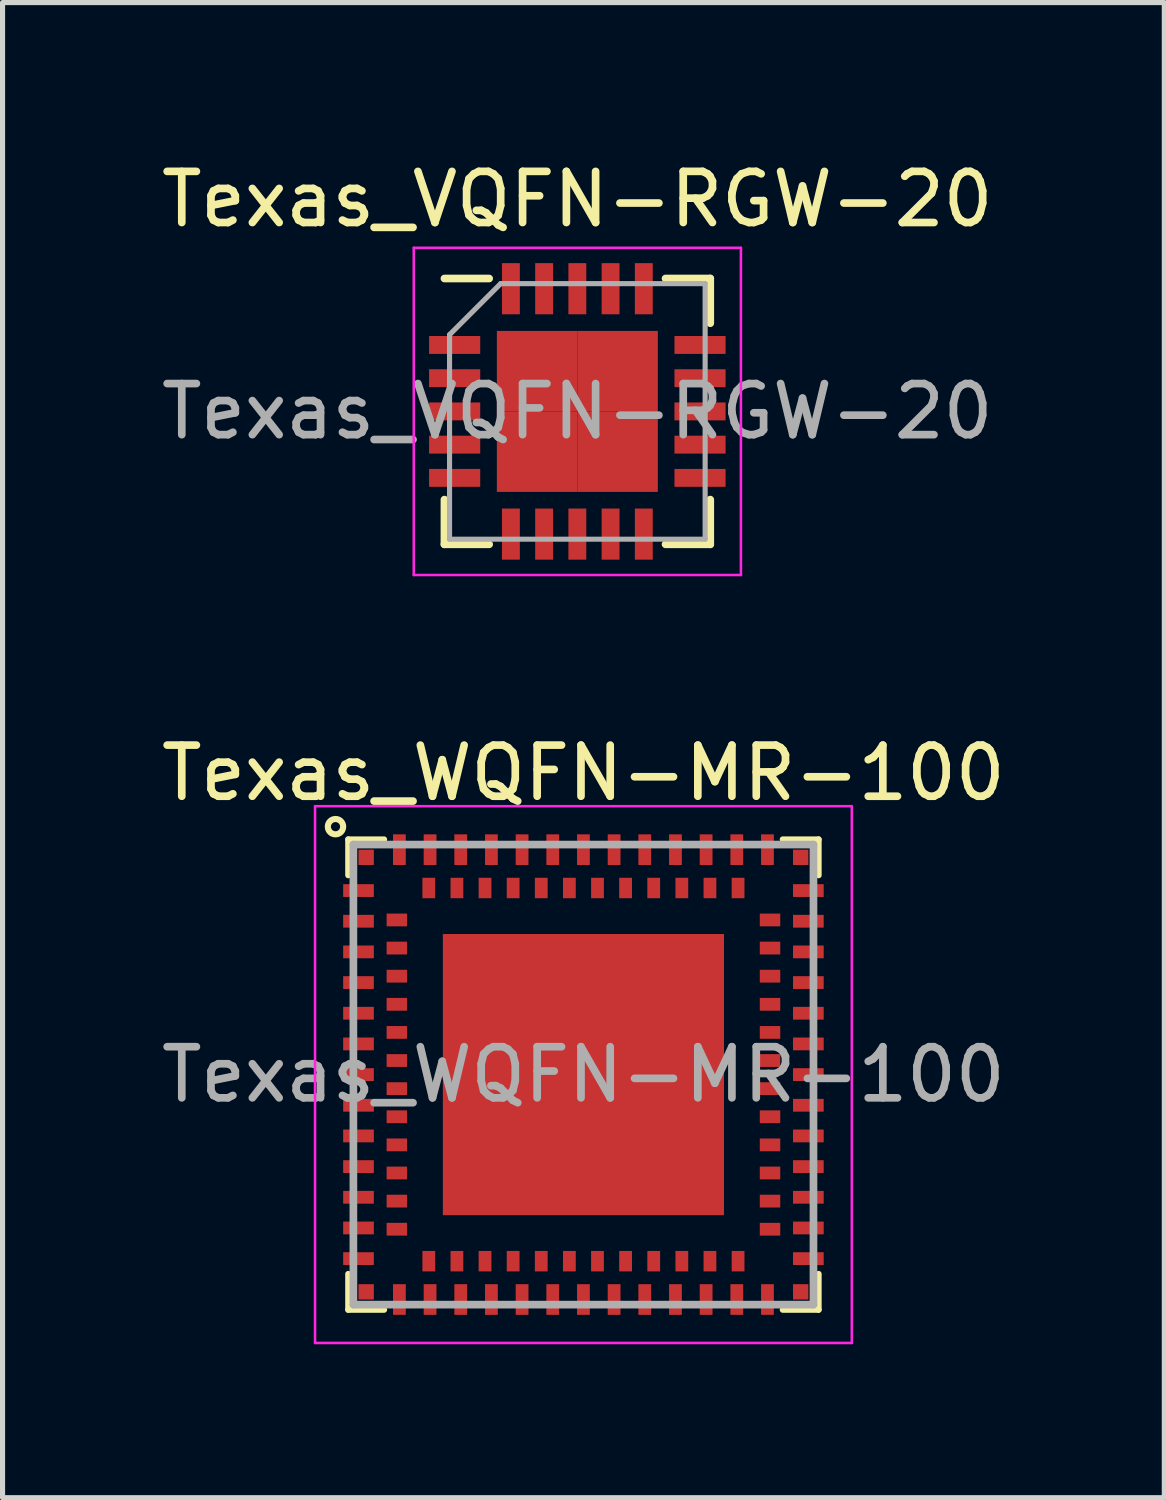
<source format=kicad_pcb>
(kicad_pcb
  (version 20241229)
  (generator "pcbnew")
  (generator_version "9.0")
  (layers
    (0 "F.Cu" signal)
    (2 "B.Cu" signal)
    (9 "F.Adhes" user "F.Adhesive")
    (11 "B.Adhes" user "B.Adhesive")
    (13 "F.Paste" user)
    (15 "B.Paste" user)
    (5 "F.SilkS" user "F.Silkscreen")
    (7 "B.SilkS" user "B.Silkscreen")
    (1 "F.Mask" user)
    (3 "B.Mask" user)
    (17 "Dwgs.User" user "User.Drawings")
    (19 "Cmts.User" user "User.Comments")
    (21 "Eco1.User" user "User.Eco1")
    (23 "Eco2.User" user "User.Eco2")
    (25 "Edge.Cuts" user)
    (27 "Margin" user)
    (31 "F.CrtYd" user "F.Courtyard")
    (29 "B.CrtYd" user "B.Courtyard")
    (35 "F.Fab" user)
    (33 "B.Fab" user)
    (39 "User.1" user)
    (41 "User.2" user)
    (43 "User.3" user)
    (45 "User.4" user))
  (footprint "Texas_VQFN-RGW-20"
    (layer "F.Cu")
    (at 8.244 4.998)
    (property "Reference" "Texas_VQFN-RGW-20" (at 0 -4.15 0) (layer "F.SilkS") (effects (font (size 1 1) (thickness 0.15))))
    (attr smd)
    (fp_line (start -2.6 -2.6) (end -1.725 -2.6) (stroke (width 0.15) (type solid)) (layer "F.SilkS"))
    (fp_line (start -2.6 2.6) (end -2.6 1.725) (stroke (width 0.15) (type solid)) (layer "F.SilkS"))
    (fp_line (start -2.6 2.6) (end -1.725 2.6) (stroke (width 0.15) (type solid)) (layer "F.SilkS"))
    (fp_line (start 2.6 -2.6) (end 1.725 -2.6) (stroke (width 0.15) (type solid)) (layer "F.SilkS"))
    (fp_line (start 2.6 -2.6) (end 2.6 -1.725) (stroke (width 0.15) (type solid)) (layer "F.SilkS"))
    (fp_line (start 2.6 2.6) (end 1.725 2.6) (stroke (width 0.15) (type solid)) (layer "F.SilkS"))
    (fp_line (start 2.6 2.6) (end 2.6 1.725) (stroke (width 0.15) (type solid)) (layer "F.SilkS"))
    (fp_line (start -3.2 -3.2) (end -3.2 3.2) (stroke (width 0.05) (type solid)) (layer "F.CrtYd"))
    (fp_line (start -3.2 -3.2) (end 3.2 -3.2) (stroke (width 0.05) (type solid)) (layer "F.CrtYd"))
    (fp_line (start -3.2 3.2) (end 3.2 3.2) (stroke (width 0.05) (type solid)) (layer "F.CrtYd"))
    (fp_line (start 3.2 -3.2) (end 3.2 3.2) (stroke (width 0.05) (type solid)) (layer "F.CrtYd"))
    (fp_line (start -2.5 -1.5) (end -1.5 -2.5) (stroke (width 0.1) (type solid)) (layer "F.Fab"))
    (fp_line (start -2.5 2.5) (end -2.5 -1.5) (stroke (width 0.1) (type solid)) (layer "F.Fab"))
    (fp_line (start -1.5 -2.5) (end 2.5 -2.5) (stroke (width 0.1) (type solid)) (layer "F.Fab"))
    (fp_line (start 2.5 -2.5) (end 2.5 2.5) (stroke (width 0.1) (type solid)) (layer "F.Fab"))
    (fp_line (start 2.5 2.5) (end -2.5 2.5) (stroke (width 0.1) (type solid)) (layer "F.Fab"))
    (fp_text user "${REFERENCE}" (at 0 0 0) (layer "F.Fab") (effects (font (size 1 1) (thickness 0.15))))
    (pad "1" smd rect (at -2.4 -1.3) (size 1 0.35) (layers "F.Cu" "F.Mask" "F.Paste"))
    (pad "2" smd rect (at -2.4 -0.65) (size 1 0.35) (layers "F.Cu" "F.Mask" "F.Paste"))
    (pad "3" smd rect (at -2.4 0) (size 1 0.35) (layers "F.Cu" "F.Mask" "F.Paste"))
    (pad "4" smd rect (at -2.4 0.65) (size 1 0.35) (layers "F.Cu" "F.Mask" "F.Paste"))
    (pad "5" smd rect (at -2.4 1.3) (size 1 0.35) (layers "F.Cu" "F.Mask" "F.Paste"))
    (pad "6" smd rect (at -1.3 2.4 90) (size 1 0.35) (layers "F.Cu" "F.Mask" "F.Paste"))
    (pad "7" smd rect (at -0.65 2.4 90) (size 1 0.35) (layers "F.Cu" "F.Mask" "F.Paste"))
    (pad "8" smd rect (at 0 2.4 90) (size 1 0.35) (layers "F.Cu" "F.Mask" "F.Paste"))
    (pad "9" smd rect (at 0.65 2.4 90) (size 1 0.35) (layers "F.Cu" "F.Mask" "F.Paste"))
    (pad "10" smd rect (at 1.3 2.4 90) (size 1 0.35) (layers "F.Cu" "F.Mask" "F.Paste"))
    (pad "11" smd rect (at 2.4 1.3) (size 1 0.35) (layers "F.Cu" "F.Mask" "F.Paste"))
    (pad "12" smd rect (at 2.4 0.65) (size 1 0.35) (layers "F.Cu" "F.Mask" "F.Paste"))
    (pad "13" smd rect (at 2.4 0) (size 1 0.35) (layers "F.Cu" "F.Mask" "F.Paste"))
    (pad "14" smd rect (at 2.4 -0.65) (size 1 0.35) (layers "F.Cu" "F.Mask" "F.Paste"))
    (pad "15" smd rect (at 2.4 -1.3) (size 1 0.35) (layers "F.Cu" "F.Mask" "F.Paste"))
    (pad "16" smd rect (at 1.3 -2.4 90) (size 1 0.35) (layers "F.Cu" "F.Mask" "F.Paste"))
    (pad "17" smd rect (at 0.65 -2.4 90) (size 1 0.35) (layers "F.Cu" "F.Mask" "F.Paste"))
    (pad "18" smd rect (at 0 -2.4 90) (size 1 0.35) (layers "F.Cu" "F.Mask" "F.Paste"))
    (pad "19" smd rect (at -0.65 -2.4 90) (size 1 0.35) (layers "F.Cu" "F.Mask" "F.Paste"))
    (pad "20" smd rect (at -1.3 -2.4 90) (size 1 0.35) (layers "F.Cu" "F.Mask" "F.Paste"))
    (pad "21" smd rect (at -0.787 -0.787) (size 1.575 1.575) (layers "F.Cu" "F.Mask" "F.Paste"))
    (pad "21" smd rect (at -0.787 0.787) (size 1.575 1.575) (layers "F.Cu" "F.Mask" "F.Paste"))
    (pad "21" smd rect (at 0.787 -0.787) (size 1.575 1.575) (layers "F.Cu" "F.Mask" "F.Paste"))
    (pad "21" smd rect (at 0.787 0.787) (size 1.575 1.575) (layers "F.Cu" "F.Mask" "F.Paste")))
  (footprint "Texas_WQFN-MR-100"
    (layer "F.Cu")
    (at 8.363 17.971)
    (property "Reference" "Texas_WQFN-MR-100" (at 0 -5.9 0) (layer "F.SilkS") (effects (font (size 1 1) (thickness 0.15))))
    (attr smd)
    (fp_line (start -4.6 -4.6) (end -3.9 -4.6) (stroke (width 0.12) (type solid)) (layer "F.SilkS"))
    (fp_line (start -4.6 -3.9) (end -4.6 -4.6) (stroke (width 0.12) (type solid)) (layer "F.SilkS"))
    (fp_line (start -4.6 3.9) (end -4.6 4.6) (stroke (width 0.12) (type solid)) (layer "F.SilkS"))
    (fp_line (start -4.6 4.6) (end -3.9 4.6) (stroke (width 0.12) (type solid)) (layer "F.SilkS"))
    (fp_line (start 4.6 -4.6) (end 3.9 -4.6) (stroke (width 0.12) (type solid)) (layer "F.SilkS"))
    (fp_line (start 4.6 -3.9) (end 4.6 -4.6) (stroke (width 0.12) (type solid)) (layer "F.SilkS"))
    (fp_line (start 4.6 3.9) (end 4.6 4.6) (stroke (width 0.12) (type solid)) (layer "F.SilkS"))
    (fp_line (start 4.6 4.6) (end 3.9 4.6) (stroke (width 0.12) (type solid)) (layer "F.SilkS"))
    (fp_circle (center -4.85 -4.85) (end -5 -4.85) (stroke (width 0.12) (type solid)) (fill no) (layer "F.SilkS"))
    (fp_line (start -5.25 -5.25) (end 5.25 -5.25) (stroke (width 0.05) (type solid)) (layer "F.CrtYd"))
    (fp_line (start -5.25 5.25) (end -5.25 -5.25) (stroke (width 0.05) (type solid)) (layer "F.CrtYd"))
    (fp_line (start 5.25 -5.25) (end 5.25 5.25) (stroke (width 0.05) (type solid)) (layer "F.CrtYd"))
    (fp_line (start 5.25 5.25) (end -5.25 5.25) (stroke (width 0.05) (type solid)) (layer "F.CrtYd"))
    (fp_line (start -4.5 -4.5) (end -4.5 4.5) (stroke (width 0.15) (type solid)) (layer "F.Fab"))
    (fp_line (start -4.5 -4.5) (end 4.5 -4.5) (stroke (width 0.15) (type solid)) (layer "F.Fab"))
    (fp_line (start -4.5 4.5) (end 4.5 4.5) (stroke (width 0.15) (type solid)) (layer "F.Fab"))
    (fp_line (start 4.5 -4.5) (end 4.5 4.5) (stroke (width 0.15) (type solid)) (layer "F.Fab"))
    (fp_text user "${REFERENCE}" (at 0 0 0) (layer "F.Fab") (effects (font (size 1 1) (thickness 0.15))))
    (pad "A1" smd rect (at -4.4 -3.6 90) (size 0.25 0.6) (layers "F.Cu" "F.Mask" "F.Paste"))
    (pad "A2" smd rect (at -4.4 -3 90) (size 0.25 0.6) (layers "F.Cu" "F.Mask" "F.Paste"))
    (pad "A3" smd rect (at -4.4 -2.4 90) (size 0.25 0.6) (layers "F.Cu" "F.Mask" "F.Paste"))
    (pad "A4" smd rect (at -4.4 -1.8 90) (size 0.25 0.6) (layers "F.Cu" "F.Mask" "F.Paste"))
    (pad "A5" smd rect (at -4.4 -1.2 90) (size 0.25 0.6) (layers "F.Cu" "F.Mask" "F.Paste"))
    (pad "A6" smd rect (at -4.4 -0.6 90) (size 0.25 0.6) (layers "F.Cu" "F.Mask" "F.Paste"))
    (pad "A7" smd rect (at -4.4 0 90) (size 0.25 0.6) (layers "F.Cu" "F.Mask" "F.Paste"))
    (pad "A8" smd rect (at -4.4 0.6 90) (size 0.25 0.6) (layers "F.Cu" "F.Mask" "F.Paste"))
    (pad "A9" smd rect (at -4.4 1.2 90) (size 0.25 0.6) (layers "F.Cu" "F.Mask" "F.Paste"))
    (pad "A10" smd rect (at -4.4 1.8 90) (size 0.25 0.6) (layers "F.Cu" "F.Mask" "F.Paste"))
    (pad "A11" smd rect (at -4.4 2.4 90) (size 0.25 0.6) (layers "F.Cu" "F.Mask" "F.Paste"))
    (pad "A12" smd rect (at -4.4 3 90) (size 0.25 0.6) (layers "F.Cu" "F.Mask" "F.Paste"))
    (pad "A13" smd rect (at -4.4 3.6 90) (size 0.25 0.6) (layers "F.Cu" "F.Mask" "F.Paste"))
    (pad "A14" smd rect (at -3.6 4.4) (size 0.25 0.6) (layers "F.Cu" "F.Mask" "F.Paste"))
    (pad "A15" smd rect (at -3 4.4) (size 0.25 0.6) (layers "F.Cu" "F.Mask" "F.Paste"))
    (pad "A16" smd rect (at -2.4 4.4) (size 0.25 0.6) (layers "F.Cu" "F.Mask" "F.Paste"))
    (pad "A17" smd rect (at -1.8 4.4) (size 0.25 0.6) (layers "F.Cu" "F.Mask" "F.Paste"))
    (pad "A18" smd rect (at -1.2 4.4) (size 0.25 0.6) (layers "F.Cu" "F.Mask" "F.Paste"))
    (pad "A19" smd rect (at -0.6 4.4) (size 0.25 0.6) (layers "F.Cu" "F.Mask" "F.Paste"))
    (pad "A20" smd rect (at 0 4.4) (size 0.25 0.6) (layers "F.Cu" "F.Mask" "F.Paste"))
    (pad "A21" smd rect (at 0.6 4.4) (size 0.25 0.6) (layers "F.Cu" "F.Mask" "F.Paste"))
    (pad "A22" smd rect (at 1.2 4.4) (size 0.25 0.6) (layers "F.Cu" "F.Mask" "F.Paste"))
    (pad "A23" smd rect (at 1.8 4.4) (size 0.25 0.6) (layers "F.Cu" "F.Mask" "F.Paste"))
    (pad "A24" smd rect (at 2.4 4.4) (size 0.25 0.6) (layers "F.Cu" "F.Mask" "F.Paste"))
    (pad "A25" smd rect (at 3 4.4) (size 0.25 0.6) (layers "F.Cu" "F.Mask" "F.Paste"))
    (pad "A26" smd rect (at 3.6 4.4) (size 0.25 0.6) (layers "F.Cu" "F.Mask" "F.Paste"))
    (pad "A27" smd rect (at 4.4 3.6 90) (size 0.25 0.6) (layers "F.Cu" "F.Mask" "F.Paste"))
    (pad "A28" smd rect (at 4.4 3 90) (size 0.25 0.6) (layers "F.Cu" "F.Mask" "F.Paste"))
    (pad "A29" smd rect (at 4.4 2.4 90) (size 0.25 0.6) (layers "F.Cu" "F.Mask" "F.Paste"))
    (pad "A30" smd rect (at 4.4 1.8 90) (size 0.25 0.6) (layers "F.Cu" "F.Mask" "F.Paste"))
    (pad "A31" smd rect (at 4.4 1.2 90) (size 0.25 0.6) (layers "F.Cu" "F.Mask" "F.Paste"))
    (pad "A32" smd rect (at 4.4 0.6 90) (size 0.25 0.6) (layers "F.Cu" "F.Mask" "F.Paste"))
    (pad "A33" smd rect (at 4.4 0 90) (size 0.25 0.6) (layers "F.Cu" "F.Mask" "F.Paste"))
    (pad "A34" smd rect (at 4.4 -0.6 90) (size 0.25 0.6) (layers "F.Cu" "F.Mask" "F.Paste"))
    (pad "A35" smd rect (at 4.4 -1.2 90) (size 0.25 0.6) (layers "F.Cu" "F.Mask" "F.Paste"))
    (pad "A36" smd rect (at 4.4 -1.8 90) (size 0.25 0.6) (layers "F.Cu" "F.Mask" "F.Paste"))
    (pad "A37" smd rect (at 4.4 -2.4 90) (size 0.25 0.6) (layers "F.Cu" "F.Mask" "F.Paste"))
    (pad "A38" smd rect (at 4.4 -3 90) (size 0.25 0.6) (layers "F.Cu" "F.Mask" "F.Paste"))
    (pad "A39" smd rect (at 4.4 -3.6 90) (size 0.25 0.6) (layers "F.Cu" "F.Mask" "F.Paste"))
    (pad "A40" smd rect (at 3.6 -4.4) (size 0.25 0.6) (layers "F.Cu" "F.Mask" "F.Paste"))
    (pad "A41" smd rect (at 3 -4.4) (size 0.25 0.6) (layers "F.Cu" "F.Mask" "F.Paste"))
    (pad "A42" smd rect (at 2.4 -4.4) (size 0.25 0.6) (layers "F.Cu" "F.Mask" "F.Paste"))
    (pad "A43" smd rect (at 1.8 -4.4) (size 0.25 0.6) (layers "F.Cu" "F.Mask" "F.Paste"))
    (pad "A44" smd rect (at 1.2 -4.4) (size 0.25 0.6) (layers "F.Cu" "F.Mask" "F.Paste"))
    (pad "A45" smd rect (at 0.6 -4.4) (size 0.25 0.6) (layers "F.Cu" "F.Mask" "F.Paste"))
    (pad "A46" smd rect (at 0 -4.4) (size 0.25 0.6) (layers "F.Cu" "F.Mask" "F.Paste"))
    (pad "A47" smd rect (at -0.6 -4.4) (size 0.25 0.6) (layers "F.Cu" "F.Mask" "F.Paste"))
    (pad "A48" smd rect (at -1.2 -4.4) (size 0.25 0.6) (layers "F.Cu" "F.Mask" "F.Paste"))
    (pad "A49" smd rect (at -1.8 -4.4) (size 0.25 0.6) (layers "F.Cu" "F.Mask" "F.Paste"))
    (pad "A50" smd rect (at -2.4 -4.4) (size 0.25 0.6) (layers "F.Cu" "F.Mask" "F.Paste"))
    (pad "A51" smd rect (at -3 -4.4) (size 0.25 0.6) (layers "F.Cu" "F.Mask" "F.Paste"))
    (pad "A52" smd rect (at -3.6 -4.4) (size 0.25 0.6) (layers "F.Cu" "F.Mask" "F.Paste"))
    (pad "A53" smd rect (at 0 0) (size 5.5 5.5) (layers "F.Cu" "F.Mask" "F.Paste"))
    (pad "B1" smd rect (at -3.65 -3.025 90) (size 0.25 0.4) (layers "F.Cu" "F.Mask" "F.Paste"))
    (pad "B2" smd rect (at -3.65 -2.475 90) (size 0.25 0.4) (layers "F.Cu" "F.Mask" "F.Paste"))
    (pad "B3" smd rect (at -3.65 -1.925 90) (size 0.25 0.4) (layers "F.Cu" "F.Mask" "F.Paste"))
    (pad "B4" smd rect (at -3.65 -1.375 90) (size 0.25 0.4) (layers "F.Cu" "F.Mask" "F.Paste"))
    (pad "B5" smd rect (at -3.65 -0.825 90) (size 0.25 0.4) (layers "F.Cu" "F.Mask" "F.Paste"))
    (pad "B6" smd rect (at -3.65 -0.275 90) (size 0.25 0.4) (layers "F.Cu" "F.Mask" "F.Paste"))
    (pad "B7" smd rect (at -3.65 0.275 90) (size 0.25 0.4) (layers "F.Cu" "F.Mask" "F.Paste"))
    (pad "B8" smd rect (at -3.65 0.825 90) (size 0.25 0.4) (layers "F.Cu" "F.Mask" "F.Paste"))
    (pad "B9" smd rect (at -3.65 1.375 90) (size 0.25 0.4) (layers "F.Cu" "F.Mask" "F.Paste"))
    (pad "B10" smd rect (at -3.65 1.925 90) (size 0.25 0.4) (layers "F.Cu" "F.Mask" "F.Paste"))
    (pad "B11" smd rect (at -3.65 2.475 90) (size 0.25 0.4) (layers "F.Cu" "F.Mask" "F.Paste"))
    (pad "B12" smd rect (at -3.65 3.025 90) (size 0.25 0.4) (layers "F.Cu" "F.Mask" "F.Paste"))
    (pad "B13" smd rect (at -3.025 3.65) (size 0.25 0.4) (layers "F.Cu" "F.Mask" "F.Paste"))
    (pad "B14" smd rect (at -2.475 3.65) (size 0.25 0.4) (layers "F.Cu" "F.Mask" "F.Paste"))
    (pad "B15" smd rect (at -1.925 3.65) (size 0.25 0.4) (layers "F.Cu" "F.Mask" "F.Paste"))
    (pad "B16" smd rect (at -1.375 3.65) (size 0.25 0.4) (layers "F.Cu" "F.Mask" "F.Paste"))
    (pad "B17" smd rect (at -0.825 3.65) (size 0.25 0.4) (layers "F.Cu" "F.Mask" "F.Paste"))
    (pad "B18" smd rect (at -0.275 3.65) (size 0.25 0.4) (layers "F.Cu" "F.Mask" "F.Paste"))
    (pad "B19" smd rect (at 0.275 3.65) (size 0.25 0.4) (layers "F.Cu" "F.Mask" "F.Paste"))
    (pad "B20" smd rect (at 0.825 3.65) (size 0.25 0.4) (layers "F.Cu" "F.Mask" "F.Paste"))
    (pad "B21" smd rect (at 1.375 3.65) (size 0.25 0.4) (layers "F.Cu" "F.Mask" "F.Paste"))
    (pad "B22" smd rect (at 1.925 3.65) (size 0.25 0.4) (layers "F.Cu" "F.Mask" "F.Paste"))
    (pad "B23" smd rect (at 2.475 3.65) (size 0.25 0.4) (layers "F.Cu" "F.Mask" "F.Paste"))
    (pad "B24" smd rect (at 3.025 3.65) (size 0.25 0.4) (layers "F.Cu" "F.Mask" "F.Paste"))
    (pad "B25" smd rect (at 3.65 3.025 90) (size 0.25 0.4) (layers "F.Cu" "F.Mask" "F.Paste"))
    (pad "B26" smd rect (at 3.65 2.475 90) (size 0.25 0.4) (layers "F.Cu" "F.Mask" "F.Paste"))
    (pad "B27" smd rect (at 3.65 1.925 90) (size 0.25 0.4) (layers "F.Cu" "F.Mask" "F.Paste"))
    (pad "B28" smd rect (at 3.65 1.375 90) (size 0.25 0.4) (layers "F.Cu" "F.Mask" "F.Paste"))
    (pad "B29" smd rect (at 3.65 0.825 90) (size 0.25 0.4) (layers "F.Cu" "F.Mask" "F.Paste"))
    (pad "B30" smd rect (at 3.65 0.275 90) (size 0.25 0.4) (layers "F.Cu" "F.Mask" "F.Paste"))
    (pad "B31" smd rect (at 3.65 -0.275 90) (size 0.25 0.4) (layers "F.Cu" "F.Mask" "F.Paste"))
    (pad "B32" smd rect (at 3.65 -0.825 90) (size 0.25 0.4) (layers "F.Cu" "F.Mask" "F.Paste"))
    (pad "B33" smd rect (at 3.65 -1.375 90) (size 0.25 0.4) (layers "F.Cu" "F.Mask" "F.Paste"))
    (pad "B34" smd rect (at 3.65 -1.925 90) (size 0.25 0.4) (layers "F.Cu" "F.Mask" "F.Paste"))
    (pad "B35" smd rect (at 3.65 -2.475 90) (size 0.25 0.4) (layers "F.Cu" "F.Mask" "F.Paste"))
    (pad "B36" smd rect (at 3.65 -3.025 90) (size 0.25 0.4) (layers "F.Cu" "F.Mask" "F.Paste"))
    (pad "B37" smd rect (at 3.025 -3.65) (size 0.25 0.4) (layers "F.Cu" "F.Mask" "F.Paste"))
    (pad "B38" smd rect (at 2.475 -3.65) (size 0.25 0.4) (layers "F.Cu" "F.Mask" "F.Paste"))
    (pad "B39" smd rect (at 1.925 -3.65) (size 0.25 0.4) (layers "F.Cu" "F.Mask" "F.Paste"))
    (pad "B40" smd rect (at 1.375 -3.65) (size 0.25 0.4) (layers "F.Cu" "F.Mask" "F.Paste"))
    (pad "B41" smd rect (at 0.825 -3.65) (size 0.25 0.4) (layers "F.Cu" "F.Mask" "F.Paste"))
    (pad "B42" smd rect (at 0.275 -3.65) (size 0.25 0.4) (layers "F.Cu" "F.Mask" "F.Paste"))
    (pad "B43" smd rect (at -0.275 -3.65) (size 0.25 0.4) (layers "F.Cu" "F.Mask" "F.Paste"))
    (pad "B44" smd rect (at -0.825 -3.65) (size 0.25 0.4) (layers "F.Cu" "F.Mask" "F.Paste"))
    (pad "B45" smd rect (at -1.375 -3.65) (size 0.25 0.4) (layers "F.Cu" "F.Mask" "F.Paste"))
    (pad "B46" smd rect (at -1.925 -3.65) (size 0.25 0.4) (layers "F.Cu" "F.Mask" "F.Paste"))
    (pad "B47" smd rect (at -2.475 -3.65) (size 0.25 0.4) (layers "F.Cu" "F.Mask" "F.Paste"))
    (pad "B48" smd rect (at -3.025 -3.65) (size 0.25 0.4) (layers "F.Cu" "F.Mask" "F.Paste"))
    (pad "C1" smd rect (at -4.25 -4.25) (size 0.3 0.3) (layers "F.Cu" "F.Mask" "F.Paste"))
    (pad "C2" smd rect (at -4.25 4.25) (size 0.3 0.3) (layers "F.Cu" "F.Mask" "F.Paste"))
    (pad "C3" smd rect (at 4.25 4.25) (size 0.3 0.3) (layers "F.Cu" "F.Mask" "F.Paste"))
    (pad "C4" smd rect (at 4.25 -4.25) (size 0.3 0.3) (layers "F.Cu" "F.Mask" "F.Paste")))
  (gr_rect
    (start -3 -3)
    (end 19.726 26.247)
    (stroke (width 0.1) (type default))
    (fill no)
    (layer "Edge.Cuts")))
</source>
